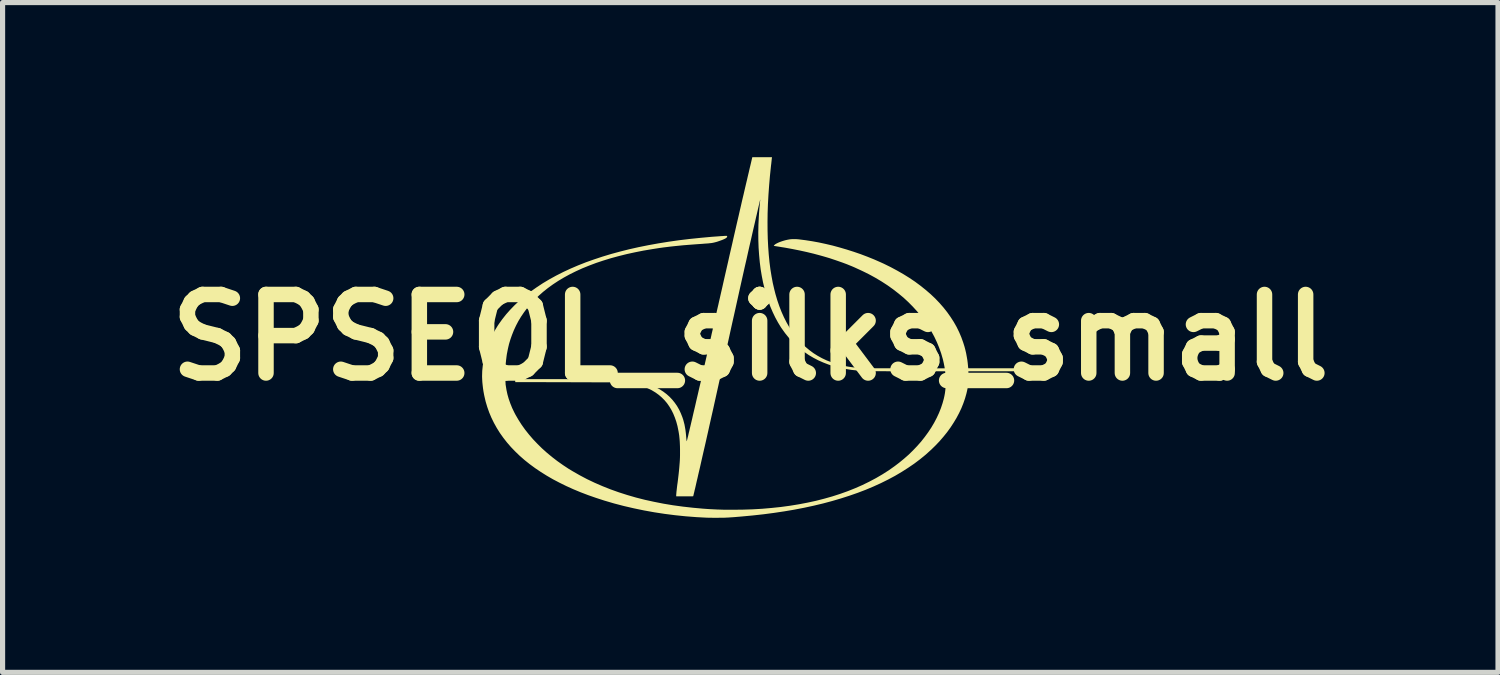
<source format=kicad_pcb>
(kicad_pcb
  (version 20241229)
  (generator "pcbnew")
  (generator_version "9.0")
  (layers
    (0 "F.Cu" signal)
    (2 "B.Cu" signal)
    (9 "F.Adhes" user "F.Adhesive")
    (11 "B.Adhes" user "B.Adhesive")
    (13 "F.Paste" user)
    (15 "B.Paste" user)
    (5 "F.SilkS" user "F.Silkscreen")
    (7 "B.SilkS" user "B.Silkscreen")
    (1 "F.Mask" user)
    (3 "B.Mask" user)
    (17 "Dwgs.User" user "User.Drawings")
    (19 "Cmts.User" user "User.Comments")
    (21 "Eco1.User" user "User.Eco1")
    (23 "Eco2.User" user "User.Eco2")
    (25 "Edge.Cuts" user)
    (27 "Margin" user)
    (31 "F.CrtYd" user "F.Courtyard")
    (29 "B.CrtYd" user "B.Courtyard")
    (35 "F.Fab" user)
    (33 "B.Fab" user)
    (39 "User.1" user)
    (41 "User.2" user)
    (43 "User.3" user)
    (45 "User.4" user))
  (footprint "SPSEOL_silks_small"
    (layer "F.Cu")
    (at 11.51 3.499)
    (property "Reference" "SPSEOL_silks_small" (at 0 0 0) (layer "F.SilkS") (effects (font (size 1.524 1.524) (thickness 0.3))))
    (attr board_only exclude_from_pos_files exclude_from_bom)
    (fp_poly (pts (xy 0.325 -3.499) (xy 0.351 -3.499) (xy 0.374 -3.499) (xy 0.393 -3.499) (xy 0.407 -3.499) (xy 0.417 -3.498) (xy 0.42 -3.498) (xy 0.42 -3.498) (xy 0.42 -3.494) (xy 0.419 -3.485) (xy 0.417 -3.471) (xy 0.415 -3.452) (xy 0.413 -3.43) (xy 0.41 -3.404) (xy 0.407 -3.375) (xy 0.403 -3.344) (xy 0.401 -3.326) (xy 0.381 -3.134) (xy 0.365 -2.946) (xy 0.352 -2.763) (xy 0.342 -2.584) (xy 0.336 -2.41) (xy 0.334 -2.24) (xy 0.335 -2.076) (xy 0.339 -1.915) (xy 0.347 -1.76) (xy 0.358 -1.61) (xy 0.372 -1.465) (xy 0.39 -1.324) (xy 0.412 -1.189) (xy 0.436 -1.059) (xy 0.465 -0.934) (xy 0.489 -0.84) (xy 0.524 -0.721) (xy 0.563 -0.607) (xy 0.605 -0.499) (xy 0.651 -0.396) (xy 0.701 -0.297) (xy 0.754 -0.204) (xy 0.81 -0.116) (xy 0.871 -0.033) (xy 0.934 0.044) (xy 1.002 0.117) (xy 1.073 0.184) (xy 1.147 0.246) (xy 1.225 0.304) (xy 1.306 0.355) (xy 1.391 0.402) (xy 1.48 0.444) (xy 1.572 0.48) (xy 1.598 0.489) (xy 1.66 0.509) (xy 1.722 0.527) (xy 1.784 0.543) (xy 1.847 0.556) (xy 1.914 0.568) (xy 1.983 0.578) (xy 2.058 0.587) (xy 2.092 0.59) (xy 2.099 0.591) (xy 2.106 0.591) (xy 2.113 0.592) (xy 2.121 0.592) (xy 2.129 0.593) (xy 2.138 0.593) (xy 2.148 0.594) (xy 2.159 0.594) (xy 2.172 0.594) (xy 2.187 0.595) (xy 2.203 0.595) (xy 2.222 0.595) (xy 2.244 0.596) (xy 2.268 0.596) (xy 2.295 0.596) (xy 2.326 0.596) (xy 2.36 0.596) (xy 2.398 0.597) (xy 2.44 0.597) (xy 2.486 0.597) (xy 2.537 0.597) (xy 2.592 0.597) (xy 2.652 0.597) (xy 2.718 0.597) (xy 2.789 0.597) (xy 2.866 0.597) (xy 2.949 0.598) (xy 2.967 0.598) (xy 3.773 0.599) (xy 3.771 0.585) (xy 3.768 0.568) (xy 3.764 0.547) (xy 3.759 0.522) (xy 3.754 0.497) (xy 3.748 0.471) (xy 3.743 0.448) (xy 3.738 0.428) (xy 3.736 0.42) (xy 3.704 0.309) (xy 3.665 0.199) (xy 3.621 0.092) (xy 3.571 -0.014) (xy 3.515 -0.117) (xy 3.454 -0.218) (xy 3.387 -0.317) (xy 3.315 -0.413) (xy 3.237 -0.507) (xy 3.154 -0.598) (xy 3.066 -0.687) (xy 2.973 -0.773) (xy 2.874 -0.855) (xy 2.771 -0.935) (xy 2.663 -1.012) (xy 2.549 -1.086) (xy 2.432 -1.156) (xy 2.341 -1.206) (xy 2.294 -1.231) (xy 2.244 -1.256) (xy 2.191 -1.282) (xy 2.136 -1.308) (xy 2.081 -1.333) (xy 2.027 -1.358) (xy 1.974 -1.381) (xy 1.924 -1.401) (xy 1.878 -1.42) (xy 1.857 -1.428) (xy 1.787 -1.454) (xy 1.721 -1.477) (xy 1.658 -1.499) (xy 1.598 -1.519) (xy 1.538 -1.539) (xy 1.478 -1.557) (xy 1.416 -1.575) (xy 1.352 -1.593) (xy 1.225 -1.627) (xy 1.092 -1.659) (xy 0.955 -1.689) (xy 0.815 -1.717) (xy 0.673 -1.743) (xy 0.597 -1.755) (xy 0.568 -1.76) (xy 0.541 -1.764) (xy 0.517 -1.768) (xy 0.496 -1.771) (xy 0.479 -1.774) (xy 0.466 -1.776) (xy 0.458 -1.777) (xy 0.456 -1.778) (xy 0.457 -1.78) (xy 0.461 -1.786) (xy 0.467 -1.794) (xy 0.468 -1.795) (xy 0.482 -1.807) (xy 0.501 -1.819) (xy 0.526 -1.832) (xy 0.554 -1.845) (xy 0.585 -1.857) (xy 0.619 -1.869) (xy 0.655 -1.88) (xy 0.692 -1.89) (xy 0.73 -1.898) (xy 0.764 -1.904) (xy 0.791 -1.907) (xy 0.823 -1.909) (xy 0.858 -1.909) (xy 0.895 -1.908) (xy 0.932 -1.905) (xy 0.943 -1.904) (xy 1.069 -1.888) (xy 1.198 -1.868) (xy 1.33 -1.844) (xy 1.464 -1.815) (xy 1.6 -1.783) (xy 1.736 -1.746) (xy 1.872 -1.706) (xy 2.007 -1.663) (xy 2.141 -1.617) (xy 2.273 -1.567) (xy 2.402 -1.515) (xy 2.527 -1.46) (xy 2.591 -1.431) (xy 2.723 -1.366) (xy 2.85 -1.298) (xy 2.972 -1.228) (xy 3.088 -1.156) (xy 3.199 -1.081) (xy 3.304 -1.003) (xy 3.404 -0.923) (xy 3.499 -0.841) (xy 3.588 -0.757) (xy 3.671 -0.67) (xy 3.749 -0.581) (xy 3.821 -0.49) (xy 3.887 -0.397) (xy 3.948 -0.302) (xy 4.003 -0.205) (xy 4.052 -0.105) (xy 4.095 -0.004) (xy 4.132 0.099) (xy 4.157 0.179) (xy 4.173 0.24) (xy 4.188 0.304) (xy 4.2 0.369) (xy 4.211 0.432) (xy 4.219 0.493) (xy 4.221 0.514) (xy 4.223 0.535) (xy 4.225 0.554) (xy 4.226 0.57) (xy 4.228 0.582) (xy 4.229 0.59) (xy 4.229 0.591) (xy 4.23 0.598) (xy 5.208 0.598) (xy 5.208 0.655) (xy 4.232 0.655) (xy 4.233 0.744) (xy 4.233 0.797) (xy 4.232 0.846) (xy 4.229 0.891) (xy 4.224 0.934) (xy 4.218 0.978) (xy 4.209 1.023) (xy 4.198 1.071) (xy 4.194 1.088) (xy 4.167 1.183) (xy 4.134 1.278) (xy 4.096 1.373) (xy 4.051 1.468) (xy 4.001 1.562) (xy 3.945 1.655) (xy 3.885 1.747) (xy 3.819 1.838) (xy 3.748 1.926) (xy 3.672 2.014) (xy 3.592 2.098) (xy 3.507 2.181) (xy 3.502 2.185) (xy 3.4 2.277) (xy 3.292 2.365) (xy 3.179 2.45) (xy 3.06 2.531) (xy 2.936 2.61) (xy 2.807 2.686) (xy 2.672 2.758) (xy 2.533 2.827) (xy 2.388 2.893) (xy 2.238 2.956) (xy 2.083 3.015) (xy 1.922 3.071) (xy 1.757 3.124) (xy 1.587 3.174) (xy 1.411 3.221) (xy 1.231 3.264) (xy 1.046 3.304) (xy 0.855 3.341) (xy 0.66 3.374) (xy 0.46 3.404) (xy 0.255 3.431) (xy 0.046 3.454) (xy -0.169 3.474) (xy -0.299 3.485) (xy -0.338 3.488) (xy -0.371 3.49) (xy -0.4 3.492) (xy -0.426 3.494) (xy -0.45 3.495) (xy -0.471 3.496) (xy -0.493 3.497) (xy -0.515 3.498) (xy -0.538 3.498) (xy -0.564 3.498) (xy -0.593 3.498) (xy -0.627 3.499) (xy -0.66 3.499) (xy -0.693 3.499) (xy -0.726 3.499) (xy -0.757 3.498) (xy -0.786 3.498) (xy -0.811 3.498) (xy -0.832 3.497) (xy -0.843 3.497) (xy -1.049 3.486) (xy -1.255 3.47) (xy -1.459 3.449) (xy -1.663 3.423) (xy -1.865 3.392) (xy -2.064 3.356) (xy -2.261 3.315) (xy -2.455 3.27) (xy -2.646 3.22) (xy -2.833 3.165) (xy -2.836 3.164) (xy -2.993 3.113) (xy -3.145 3.06) (xy -3.292 3.004) (xy -3.434 2.945) (xy -3.571 2.883) (xy -3.703 2.818) (xy -3.829 2.752) (xy -3.95 2.682) (xy -4.065 2.61) (xy -4.176 2.535) (xy -4.281 2.458) (xy -4.38 2.379) (xy -4.474 2.297) (xy -4.562 2.212) (xy -4.645 2.126) (xy -4.722 2.037) (xy -4.794 1.945) (xy -4.86 1.852) (xy -4.92 1.756) (xy -4.975 1.657) (xy -5.024 1.557) (xy -5.067 1.455) (xy -5.104 1.35) (xy -5.136 1.243) (xy -5.161 1.135) (xy -5.167 1.105) (xy -5.178 1.046) (xy -5.187 0.985) (xy -5.194 0.925) (xy -5.2 0.866) (xy -5.203 0.811) (xy -5.205 0.76) (xy -5.205 0.75) (xy -5.202 0.649) (xy -5.192 0.549) (xy -5.177 0.449) (xy -5.155 0.35) (xy -5.128 0.251) (xy -5.094 0.153) (xy -5.055 0.056) (xy -5.01 -0.04) (xy -4.959 -0.134) (xy -4.903 -0.226) (xy -4.877 -0.265) (xy -4.811 -0.357) (xy -4.739 -0.448) (xy -4.661 -0.536) (xy -4.578 -0.622) (xy -4.49 -0.706) (xy -4.396 -0.787) (xy -4.298 -0.865) (xy -4.259 -0.894) (xy -4.144 -0.975) (xy -4.024 -1.054) (xy -3.898 -1.129) (xy -3.767 -1.201) (xy -3.631 -1.27) (xy -3.489 -1.336) (xy -3.342 -1.399) (xy -3.19 -1.459) (xy -3.032 -1.515) (xy -2.869 -1.569) (xy -2.701 -1.62) (xy -2.528 -1.667) (xy -2.35 -1.712) (xy -2.167 -1.753) (xy -1.978 -1.791) (xy -1.785 -1.826) (xy -1.586 -1.858) (xy -1.383 -1.887) (xy -1.175 -1.912) (xy -0.961 -1.934) (xy -0.743 -1.954) (xy -0.616 -1.963) (xy -0.58 -1.966) (xy -0.55 -1.968) (xy -0.525 -1.969) (xy -0.505 -1.971) (xy -0.489 -1.972) (xy -0.477 -1.972) (xy -0.468 -1.972) (xy -0.462 -1.972) (xy -0.457 -1.972) (xy -0.454 -1.971) (xy -0.453 -1.97) (xy -0.452 -1.969) (xy -0.448 -1.959) (xy -0.451 -1.949) (xy -0.46 -1.938) (xy -0.474 -1.927) (xy -0.489 -1.918) (xy -0.506 -1.91) (xy -0.528 -1.9) (xy -0.553 -1.89) (xy -0.581 -1.88) (xy -0.609 -1.87) (xy -0.638 -1.86) (xy -0.665 -1.852) (xy -0.689 -1.846) (xy -0.704 -1.842) (xy -0.719 -1.839) (xy -0.734 -1.836) (xy -0.75 -1.833) (xy -0.769 -1.831) (xy -0.789 -1.829) (xy -0.813 -1.826) (xy -0.841 -1.824) (xy -0.873 -1.822) (xy -0.91 -1.819) (xy -0.934 -1.817) (xy -1.034 -1.81) (xy -1.129 -1.803) (xy -1.219 -1.796) (xy -1.305 -1.789) (xy -1.386 -1.781) (xy -1.465 -1.773) (xy -1.54 -1.765) (xy -1.614 -1.756) (xy -1.687 -1.747) (xy -1.759 -1.737) (xy -1.83 -1.726) (xy -1.9 -1.715) (xy -2.072 -1.686) (xy -2.238 -1.653) (xy -2.399 -1.618) (xy -2.555 -1.579) (xy -2.706 -1.538) (xy -2.852 -1.493) (xy -2.993 -1.446) (xy -3.128 -1.395) (xy -3.259 -1.342) (xy -3.384 -1.285) (xy -3.503 -1.226) (xy -3.618 -1.163) (xy -3.727 -1.098) (xy -3.83 -1.03) (xy -3.928 -0.959) (xy -4.021 -0.885) (xy -4.108 -0.808) (xy -4.19 -0.729) (xy -4.266 -0.646) (xy -4.337 -0.561) (xy -4.39 -0.49) (xy -4.448 -0.405) (xy -4.5 -0.319) (xy -4.546 -0.231) (xy -4.588 -0.141) (xy -4.625 -0.048) (xy -4.654 0.034) (xy -4.663 0.064) (xy -4.671 0.09) (xy -4.678 0.113) (xy -4.684 0.134) (xy -4.689 0.157) (xy -4.695 0.181) (xy -4.701 0.208) (xy -4.707 0.236) (xy -4.713 0.267) (xy -4.718 0.293) (xy -4.723 0.316) (xy -4.726 0.337) (xy -4.729 0.358) (xy -4.732 0.381) (xy -4.735 0.407) (xy -4.739 0.436) (xy -4.74 0.448) (xy -4.751 0.556) (xy -4.752 0.719) (xy -4.752 0.757) (xy -4.751 0.79) (xy -4.751 0.817) (xy -4.751 0.84) (xy -4.751 0.86) (xy -4.75 0.877) (xy -4.749 0.891) (xy -4.749 0.904) (xy -4.748 0.915) (xy -4.746 0.927) (xy -4.746 0.928) (xy -4.732 1.016) (xy -4.713 1.104) (xy -4.688 1.192) (xy -4.657 1.28) (xy -4.621 1.369) (xy -4.578 1.458) (xy -4.556 1.5) (xy -4.499 1.598) (xy -4.437 1.695) (xy -4.369 1.79) (xy -4.295 1.883) (xy -4.216 1.975) (xy -4.131 2.064) (xy -4.042 2.152) (xy -3.947 2.237) (xy -3.848 2.319) (xy -3.744 2.399) (xy -3.635 2.476) (xy -3.523 2.55) (xy -3.448 2.595) (xy -3.31 2.674) (xy -3.168 2.749) (xy -3.021 2.819) (xy -2.869 2.885) (xy -2.713 2.947) (xy -2.553 3.004) (xy -2.388 3.057) (xy -2.219 3.106) (xy -2.046 3.15) (xy -1.868 3.189) (xy -1.686 3.225) (xy -1.5 3.256) (xy -1.31 3.282) (xy -1.115 3.304) (xy -0.917 3.322) (xy -0.902 3.323) (xy -0.834 3.328) (xy -0.77 3.332) (xy -0.708 3.335) (xy -0.648 3.338) (xy -0.588 3.34) (xy -0.527 3.342) (xy -0.463 3.343) (xy -0.395 3.343) (xy -0.34 3.343) (xy -0.146 3.341) (xy 0.045 3.335) (xy 0.232 3.324) (xy 0.415 3.308) (xy 0.595 3.289) (xy 0.771 3.265) (xy 0.943 3.237) (xy 1.111 3.205) (xy 1.276 3.169) (xy 1.436 3.128) (xy 1.592 3.084) (xy 1.744 3.035) (xy 1.892 2.982) (xy 2.035 2.925) (xy 2.174 2.864) (xy 2.309 2.798) (xy 2.439 2.729) (xy 2.564 2.656) (xy 2.685 2.579) (xy 2.801 2.497) (xy 2.889 2.43) (xy 2.983 2.353) (xy 3.073 2.274) (xy 3.158 2.191) (xy 3.239 2.106) (xy 3.315 2.02) (xy 3.385 1.931) (xy 3.451 1.841) (xy 3.512 1.749) (xy 3.567 1.656) (xy 3.617 1.561) (xy 3.661 1.466) (xy 3.699 1.371) (xy 3.731 1.275) (xy 3.755 1.188) (xy 3.767 1.134) (xy 3.777 1.08) (xy 3.784 1.026) (xy 3.789 0.97) (xy 3.792 0.912) (xy 3.792 0.852) (xy 3.79 0.787) (xy 3.786 0.717) (xy 3.785 0.7) (xy 3.781 0.655) (xy 3.079 0.655) (xy 2.992 0.655) (xy 2.91 0.655) (xy 2.834 0.655) (xy 2.764 0.655) (xy 2.699 0.655) (xy 2.639 0.655) (xy 2.583 0.654) (xy 2.532 0.654) (xy 2.485 0.654) (xy 2.442 0.654) (xy 2.402 0.653) (xy 2.366 0.653) (xy 2.333 0.652) (xy 2.302 0.652) (xy 2.274 0.651) (xy 2.249 0.65) (xy 2.225 0.65) (xy 2.203 0.649) (xy 2.182 0.648) (xy 2.162 0.647) (xy 2.144 0.646) (xy 2.126 0.644) (xy 2.108 0.643) (xy 2.09 0.642) (xy 2.076 0.641) (xy 1.957 0.628) (xy 1.842 0.609) (xy 1.73 0.586) (xy 1.622 0.558) (xy 1.517 0.525) (xy 1.416 0.486) (xy 1.319 0.443) (xy 1.225 0.394) (xy 1.135 0.341) (xy 1.049 0.282) (xy 0.967 0.219) (xy 0.888 0.151) (xy 0.813 0.077) (xy 0.742 -0.001) (xy 0.675 -0.084) (xy 0.612 -0.172) (xy 0.594 -0.198) (xy 0.538 -0.29) (xy 0.485 -0.387) (xy 0.436 -0.489) (xy 0.39 -0.596) (xy 0.349 -0.707) (xy 0.311 -0.822) (xy 0.278 -0.942) (xy 0.248 -1.065) (xy 0.223 -1.193) (xy 0.201 -1.325) (xy 0.184 -1.46) (xy 0.171 -1.6) (xy 0.161 -1.742) (xy 0.156 -1.889) (xy 0.155 -2.038) (xy 0.158 -2.191) (xy 0.165 -2.334) (xy 0.167 -2.367) (xy 0.169 -2.404) (xy 0.172 -2.442) (xy 0.175 -2.482) (xy 0.178 -2.521) (xy 0.182 -2.559) (xy 0.185 -2.594) (xy 0.188 -2.624) (xy 0.189 -2.637) (xy 0.191 -2.652) (xy 0.192 -2.665) (xy 0.193 -2.674) (xy 0.193 -2.678) (xy 0.193 -2.678) (xy 0.192 -2.676) (xy 0.19 -2.668) (xy 0.187 -2.658) (xy 0.186 -2.65) (xy 0.184 -2.643) (xy 0.181 -2.63) (xy 0.177 -2.612) (xy 0.172 -2.589) (xy 0.165 -2.562) (xy 0.158 -2.532) (xy 0.15 -2.498) (xy 0.142 -2.462) (xy 0.133 -2.423) (xy 0.124 -2.383) (xy 0.114 -2.342) (xy 0.091 -2.24) (xy 0.066 -2.132) (xy 0.04 -2.019) (xy 0.013 -1.899) (xy -0.016 -1.775) (xy -0.045 -1.646) (xy -0.075 -1.511) (xy -0.107 -1.373) (xy -0.139 -1.23) (xy -0.172 -1.083) (xy -0.206 -0.931) (xy -0.24 -0.777) (xy -0.275 -0.619) (xy -0.311 -0.457) (xy -0.348 -0.293) (xy -0.385 -0.126) (xy -0.422 0.044) (xy -0.426 0.061) (xy -0.461 0.219) (xy -0.495 0.371) (xy -0.527 0.518) (xy -0.558 0.659) (xy -0.589 0.794) (xy -0.618 0.925) (xy -0.646 1.051) (xy -0.673 1.173) (xy -0.699 1.29) (xy -0.724 1.404) (xy -0.749 1.513) (xy -0.773 1.62) (xy -0.796 1.722) (xy -0.818 1.822) (xy -0.84 1.919) (xy -0.861 2.013) (xy -0.882 2.105) (xy -0.903 2.195) (xy -0.923 2.283) (xy -0.942 2.366) (xy -0.96 2.446) (xy -0.977 2.522) (xy -0.994 2.594) (xy -1.01 2.662) (xy -1.024 2.725) (xy -1.038 2.783) (xy -1.05 2.836) (xy -1.061 2.885) (xy -1.071 2.929) (xy -1.081 2.967) (xy -1.088 3) (xy -1.095 3.027) (xy -1.1 3.049) (xy -1.104 3.066) (xy -1.107 3.076) (xy -1.109 3.081) (xy -1.109 3.081) (xy -1.112 3.081) (xy -1.121 3.082) (xy -1.136 3.082) (xy -1.154 3.082) (xy -1.177 3.083) (xy -1.203 3.083) (xy -1.232 3.083) (xy -1.262 3.083) (xy -1.274 3.083) (xy -1.437 3.082) (xy -1.438 3.07) (xy -1.438 3.06) (xy -1.437 3.044) (xy -1.435 3.022) (xy -1.433 2.995) (xy -1.429 2.963) (xy -1.425 2.926) (xy -1.42 2.883) (xy -1.414 2.837) (xy -1.413 2.835) (xy -1.404 2.763) (xy -1.396 2.696) (xy -1.389 2.635) (xy -1.383 2.577) (xy -1.378 2.524) (xy -1.374 2.473) (xy -1.37 2.425) (xy -1.367 2.379) (xy -1.365 2.333) (xy -1.364 2.289) (xy -1.364 2.244) (xy -1.364 2.199) (xy -1.364 2.165) (xy -1.365 2.112) (xy -1.367 2.064) (xy -1.369 2.02) (xy -1.372 1.979) (xy -1.376 1.939) (xy -1.38 1.9) (xy -1.386 1.861) (xy -1.393 1.819) (xy -1.395 1.81) (xy -1.413 1.72) (xy -1.436 1.635) (xy -1.464 1.554) (xy -1.495 1.478) (xy -1.531 1.406) (xy -1.572 1.338) (xy -1.616 1.275) (xy -1.665 1.217) (xy -1.719 1.163) (xy -1.776 1.114) (xy -1.838 1.069) (xy -1.904 1.029) (xy -1.927 1.016) (xy -1.995 0.984) (xy -2.067 0.955) (xy -2.143 0.931) (xy -2.223 0.911) (xy -2.305 0.894) (xy -2.389 0.883) (xy -2.392 0.882) (xy -2.413 0.88) (xy -2.433 0.878) (xy -2.451 0.876) (xy -2.464 0.874) (xy -2.474 0.873) (xy -2.475 0.873) (xy -2.48 0.872) (xy -2.49 0.872) (xy -2.506 0.872) (xy -2.527 0.872) (xy -2.554 0.872) (xy -2.586 0.871) (xy -2.623 0.871) (xy -2.665 0.871) (xy -2.711 0.871) (xy -2.761 0.871) (xy -2.815 0.87) (xy -2.872 0.87) (xy -2.933 0.87) (xy -2.998 0.87) (xy -3.065 0.87) (xy -3.135 0.869) (xy -3.207 0.869) (xy -3.282 0.869) (xy -3.359 0.869) (xy -3.438 0.869) (xy -3.518 0.868) (xy -3.525 0.868) (xy -4.561 0.866) (xy -4.563 0.808) (xy -3.523 0.809) (xy -3.426 0.809) (xy -3.336 0.809) (xy -3.251 0.81) (xy -3.172 0.81) (xy -3.099 0.81) (xy -3.031 0.81) (xy -2.967 0.81) (xy -2.909 0.81) (xy -2.855 0.81) (xy -2.806 0.81) (xy -2.76 0.81) (xy -2.719 0.811) (xy -2.681 0.811) (xy -2.647 0.811) (xy -2.617 0.811) (xy -2.589 0.811) (xy -2.565 0.812) (xy -2.543 0.812) (xy -2.523 0.812) (xy -2.506 0.812) (xy -2.491 0.813) (xy -2.478 0.813) (xy -2.467 0.813) (xy -2.457 0.814) (xy -2.448 0.814) (xy -2.44 0.814) (xy -2.434 0.815) (xy -2.427 0.815) (xy -2.424 0.816) (xy -2.324 0.827) (xy -2.23 0.841) (xy -2.141 0.859) (xy -2.056 0.881) (xy -1.976 0.906) (xy -1.901 0.935) (xy -1.829 0.967) (xy -1.762 1.004) (xy -1.755 1.008) (xy -1.687 1.052) (xy -1.624 1.1) (xy -1.566 1.152) (xy -1.513 1.208) (xy -1.464 1.269) (xy -1.42 1.333) (xy -1.381 1.401) (xy -1.347 1.474) (xy -1.317 1.55) (xy -1.316 1.553) (xy -1.301 1.598) (xy -1.289 1.644) (xy -1.277 1.69) (xy -1.268 1.739) (xy -1.259 1.791) (xy -1.252 1.846) (xy -1.246 1.906) (xy -1.243 1.946) (xy -1.241 1.965) (xy -1.239 1.982) (xy -1.238 1.996) (xy -1.236 2.007) (xy -1.235 2.011) (xy -1.235 2.012) (xy -1.234 2.012) (xy -1.233 2.011) (xy -1.232 2.009) (xy -1.231 2.005) (xy -1.229 1.999) (xy -1.227 1.991) (xy -1.224 1.98) (xy -1.221 1.967) (xy -1.217 1.95) (xy -1.212 1.931) (xy -1.206 1.908) (xy -1.2 1.88) (xy -1.193 1.849) (xy -1.184 1.814) (xy -1.175 1.773) (xy -1.164 1.728) (xy -1.152 1.677) (xy -1.139 1.621) (xy -1.124 1.559) (xy -1.123 1.553) (xy -1.099 1.449) (xy -1.073 1.34) (xy -1.047 1.225) (xy -1.019 1.106) (xy -0.991 0.983) (xy -0.961 0.857) (xy -0.932 0.727) (xy -0.901 0.595) (xy -0.87 0.46) (xy -0.839 0.325) (xy -0.808 0.188) (xy -0.777 0.05) (xy -0.761 -0.017) (xy -0.756 -0.04) (xy -0.75 -0.069) (xy -0.742 -0.103) (xy -0.733 -0.142) (xy -0.723 -0.185) (xy -0.713 -0.232) (xy -0.701 -0.282) (xy -0.689 -0.336) (xy -0.676 -0.393) (xy -0.663 -0.452) (xy -0.649 -0.512) (xy -0.635 -0.574) (xy -0.62 -0.637) (xy -0.606 -0.701) (xy -0.591 -0.765) (xy -0.58 -0.815) (xy -0.547 -0.958) (xy -0.516 -1.096) (xy -0.486 -1.228) (xy -0.457 -1.355) (xy -0.429 -1.477) (xy -0.403 -1.594) (xy -0.377 -1.706) (xy -0.352 -1.814) (xy -0.329 -1.917) (xy -0.306 -2.017) (xy -0.284 -2.113) (xy -0.263 -2.205) (xy -0.242 -2.295) (xy -0.222 -2.381) (xy -0.203 -2.465) (xy -0.184 -2.546) (xy -0.166 -2.626) (xy -0.148 -2.703) (xy -0.13 -2.778) (xy -0.113 -2.852) (xy -0.096 -2.925) (xy -0.079 -2.997) (xy -0.062 -3.068) (xy -0.046 -3.138) (xy -0.029 -3.209) (xy -0.013 -3.279) (xy 0.004 -3.349) (xy 0.012 -3.383) (xy 0.039 -3.499) (xy 0.23 -3.499) (xy 0.264 -3.499) (xy 0.295 -3.499)) (stroke (width 0) (type solid)) (fill yes) (layer "F.SilkS")))
  (gr_rect
    (start -3 -3)
    (end 26.02 9.998)
    (stroke (width 0.1) (type default))
    (fill no)
    (layer "Edge.Cuts")))
</source>
